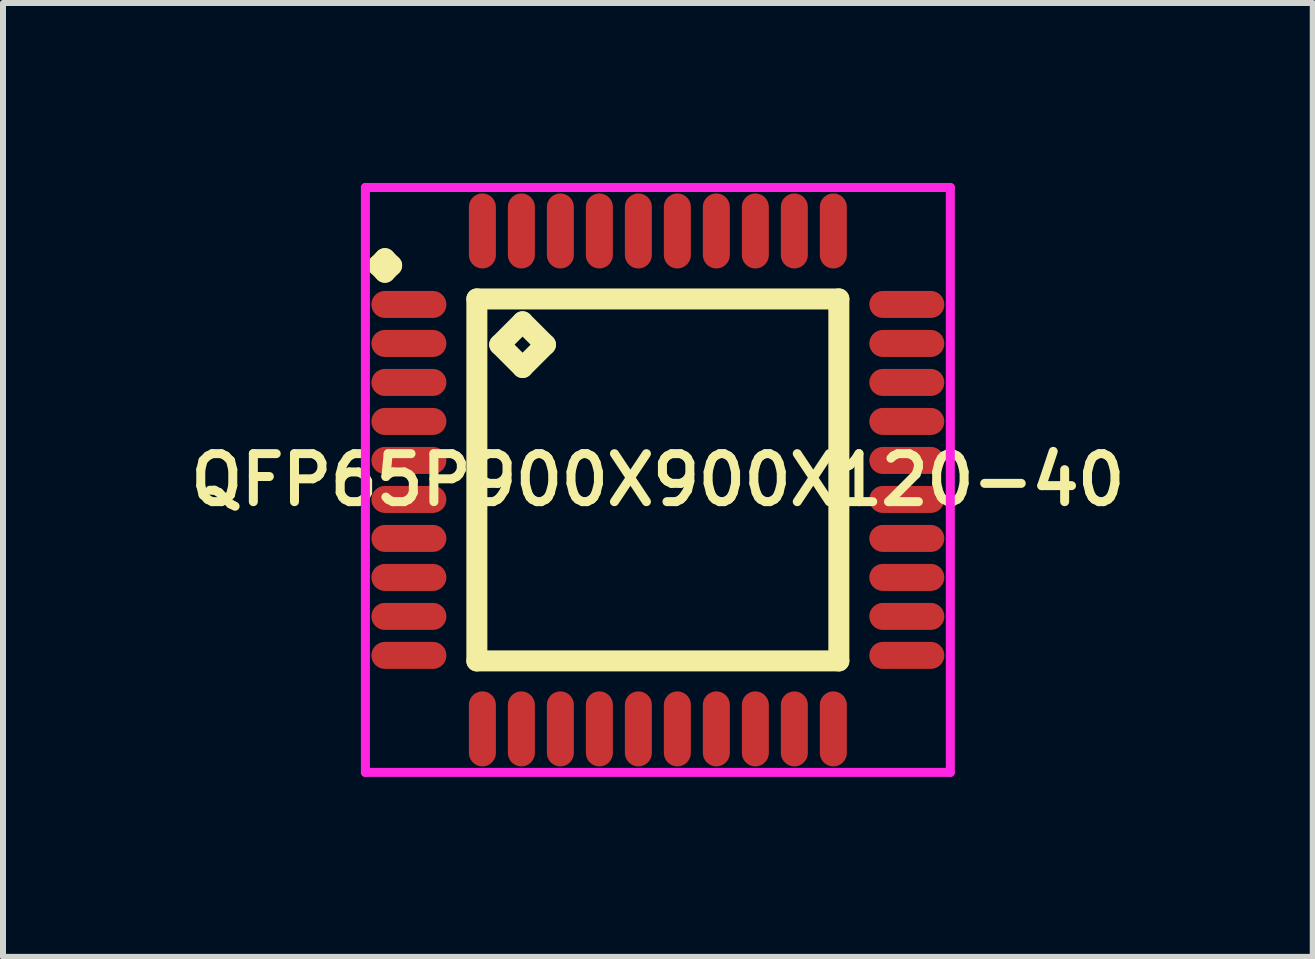
<source format=kicad_pcb>
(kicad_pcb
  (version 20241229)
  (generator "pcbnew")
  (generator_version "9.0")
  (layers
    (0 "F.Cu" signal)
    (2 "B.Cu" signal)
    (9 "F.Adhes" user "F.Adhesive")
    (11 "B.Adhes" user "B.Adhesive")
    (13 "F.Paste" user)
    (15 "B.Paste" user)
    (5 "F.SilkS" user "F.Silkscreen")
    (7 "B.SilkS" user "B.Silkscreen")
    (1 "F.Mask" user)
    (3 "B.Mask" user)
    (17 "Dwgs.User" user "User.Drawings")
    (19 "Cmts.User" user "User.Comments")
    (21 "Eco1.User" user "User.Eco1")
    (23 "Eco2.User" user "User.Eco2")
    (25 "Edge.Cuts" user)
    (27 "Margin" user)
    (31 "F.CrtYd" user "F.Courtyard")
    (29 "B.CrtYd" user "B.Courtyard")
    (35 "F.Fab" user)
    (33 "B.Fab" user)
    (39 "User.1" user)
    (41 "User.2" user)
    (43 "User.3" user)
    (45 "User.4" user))
  (footprint "QFP65P900X900X120-40"
    (layer "F.Cu")
    (at 7.916 4.95)
    (property "Reference" "QFP65P900X900X120-40" (at 0 0 0) (layer "F.SilkS") (effects (font (size 0.8 0.8) (thickness 0.15))))
    (attr smd)
    (fp_line (start -4.662 -3.575) (end -4.55 -3.688) (stroke (width 0.35) (type solid)) (layer "F.SilkS"))
    (fp_line (start -4.55 -3.688) (end -4.438 -3.575) (stroke (width 0.35) (type solid)) (layer "F.SilkS"))
    (fp_line (start -4.55 -3.462) (end -4.662 -3.575) (stroke (width 0.35) (type solid)) (layer "F.SilkS"))
    (fp_line (start -4.438 -3.575) (end -4.55 -3.462) (stroke (width 0.35) (type solid)) (layer "F.SilkS"))
    (fp_line (start -3.017 -3.017) (end -3.017 3.017) (stroke (width 0.35) (type solid)) (layer "F.SilkS"))
    (fp_line (start -3.017 3.017) (end 3.017 3.017) (stroke (width 0.35) (type solid)) (layer "F.SilkS"))
    (fp_line (start -2.636 -2.255) (end -2.255 -2.636) (stroke (width 0.35) (type solid)) (layer "F.SilkS"))
    (fp_line (start -2.255 -2.636) (end -1.874 -2.255) (stroke (width 0.35) (type solid)) (layer "F.SilkS"))
    (fp_line (start -2.255 -1.874) (end -2.636 -2.255) (stroke (width 0.35) (type solid)) (layer "F.SilkS"))
    (fp_line (start -1.874 -2.255) (end -2.255 -1.874) (stroke (width 0.35) (type solid)) (layer "F.SilkS"))
    (fp_line (start 3.017 -3.017) (end -3.017 -3.017) (stroke (width 0.35) (type solid)) (layer "F.SilkS"))
    (fp_line (start 3.017 3.017) (end 3.017 -3.017) (stroke (width 0.35) (type solid)) (layer "F.SilkS"))
    (fp_line (start -4.875 -4.875) (end 4.875 -4.875) (stroke (width 0.15) (type solid)) (layer "F.CrtYd"))
    (fp_line (start -4.875 4.875) (end -4.875 -4.875) (stroke (width 0.15) (type solid)) (layer "F.CrtYd"))
    (fp_line (start 4.875 -4.875) (end 4.875 4.875) (stroke (width 0.15) (type solid)) (layer "F.CrtYd"))
    (fp_line (start 4.875 4.875) (end -4.875 4.875) (stroke (width 0.15) (type solid)) (layer "F.CrtYd"))
    (pad "1" smd oval (at -4.15 -2.925) (size 1.25 0.45) (layers "F.Cu" "F.Mask" "F.Paste"))
    (pad "2" smd oval (at -4.15 -2.275) (size 1.25 0.45) (layers "F.Cu" "F.Mask" "F.Paste"))
    (pad "3" smd oval (at -4.15 -1.625) (size 1.25 0.45) (layers "F.Cu" "F.Mask" "F.Paste"))
    (pad "4" smd oval (at -4.15 -0.975) (size 1.25 0.45) (layers "F.Cu" "F.Mask" "F.Paste"))
    (pad "5" smd oval (at -4.15 -0.325) (size 1.25 0.45) (layers "F.Cu" "F.Mask" "F.Paste"))
    (pad "6" smd oval (at -4.15 0.325) (size 1.25 0.45) (layers "F.Cu" "F.Mask" "F.Paste"))
    (pad "7" smd oval (at -4.15 0.975) (size 1.25 0.45) (layers "F.Cu" "F.Mask" "F.Paste"))
    (pad "8" smd oval (at -4.15 1.625) (size 1.25 0.45) (layers "F.Cu" "F.Mask" "F.Paste"))
    (pad "9" smd oval (at -4.15 2.275) (size 1.25 0.45) (layers "F.Cu" "F.Mask" "F.Paste"))
    (pad "10" smd oval (at -4.15 2.925) (size 1.25 0.45) (layers "F.Cu" "F.Mask" "F.Paste"))
    (pad "11" smd oval (at -2.925 4.15) (size 0.45 1.25) (layers "F.Cu" "F.Mask" "F.Paste"))
    (pad "12" smd oval (at -2.275 4.15) (size 0.45 1.25) (layers "F.Cu" "F.Mask" "F.Paste"))
    (pad "13" smd oval (at -1.625 4.15) (size 0.45 1.25) (layers "F.Cu" "F.Mask" "F.Paste"))
    (pad "14" smd oval (at -0.975 4.15) (size 0.45 1.25) (layers "F.Cu" "F.Mask" "F.Paste"))
    (pad "15" smd oval (at -0.325 4.15) (size 0.45 1.25) (layers "F.Cu" "F.Mask" "F.Paste"))
    (pad "16" smd oval (at 0.325 4.15) (size 0.45 1.25) (layers "F.Cu" "F.Mask" "F.Paste"))
    (pad "17" smd oval (at 0.975 4.15) (size 0.45 1.25) (layers "F.Cu" "F.Mask" "F.Paste"))
    (pad "18" smd oval (at 1.625 4.15) (size 0.45 1.25) (layers "F.Cu" "F.Mask" "F.Paste"))
    (pad "19" smd oval (at 2.275 4.15) (size 0.45 1.25) (layers "F.Cu" "F.Mask" "F.Paste"))
    (pad "20" smd oval (at 2.925 4.15) (size 0.45 1.25) (layers "F.Cu" "F.Mask" "F.Paste"))
    (pad "21" smd oval (at 4.15 2.925) (size 1.25 0.45) (layers "F.Cu" "F.Mask" "F.Paste"))
    (pad "22" smd oval (at 4.15 2.275) (size 1.25 0.45) (layers "F.Cu" "F.Mask" "F.Paste"))
    (pad "23" smd oval (at 4.15 1.625) (size 1.25 0.45) (layers "F.Cu" "F.Mask" "F.Paste"))
    (pad "24" smd oval (at 4.15 0.975) (size 1.25 0.45) (layers "F.Cu" "F.Mask" "F.Paste"))
    (pad "25" smd oval (at 4.15 0.325) (size 1.25 0.45) (layers "F.Cu" "F.Mask" "F.Paste"))
    (pad "26" smd oval (at 4.15 -0.325) (size 1.25 0.45) (layers "F.Cu" "F.Mask" "F.Paste"))
    (pad "27" smd oval (at 4.15 -0.975) (size 1.25 0.45) (layers "F.Cu" "F.Mask" "F.Paste"))
    (pad "28" smd oval (at 4.15 -1.625) (size 1.25 0.45) (layers "F.Cu" "F.Mask" "F.Paste"))
    (pad "29" smd oval (at 4.15 -2.275) (size 1.25 0.45) (layers "F.Cu" "F.Mask" "F.Paste"))
    (pad "30" smd oval (at 4.15 -2.925) (size 1.25 0.45) (layers "F.Cu" "F.Mask" "F.Paste"))
    (pad "31" smd oval (at 2.925 -4.15) (size 0.45 1.25) (layers "F.Cu" "F.Mask" "F.Paste"))
    (pad "32" smd oval (at 2.275 -4.15) (size 0.45 1.25) (layers "F.Cu" "F.Mask" "F.Paste"))
    (pad "33" smd oval (at 1.625 -4.15) (size 0.45 1.25) (layers "F.Cu" "F.Mask" "F.Paste"))
    (pad "34" smd oval (at 0.975 -4.15) (size 0.45 1.25) (layers "F.Cu" "F.Mask" "F.Paste"))
    (pad "35" smd oval (at 0.325 -4.15) (size 0.45 1.25) (layers "F.Cu" "F.Mask" "F.Paste"))
    (pad "36" smd oval (at -0.325 -4.15) (size 0.45 1.25) (layers "F.Cu" "F.Mask" "F.Paste"))
    (pad "37" smd oval (at -0.975 -4.15) (size 0.45 1.25) (layers "F.Cu" "F.Mask" "F.Paste"))
    (pad "38" smd oval (at -1.625 -4.15) (size 0.45 1.25) (layers "F.Cu" "F.Mask" "F.Paste"))
    (pad "39" smd oval (at -2.275 -4.15) (size 0.45 1.25) (layers "F.Cu" "F.Mask" "F.Paste"))
    (pad "40" smd oval (at -2.925 -4.15) (size 0.45 1.25) (layers "F.Cu" "F.Mask" "F.Paste")))
  (gr_rect
    (start -3 -3)
    (end 18.833 12.9)
    (stroke (width 0.1) (type default))
    (fill no)
    (layer "Edge.Cuts")))
</source>
